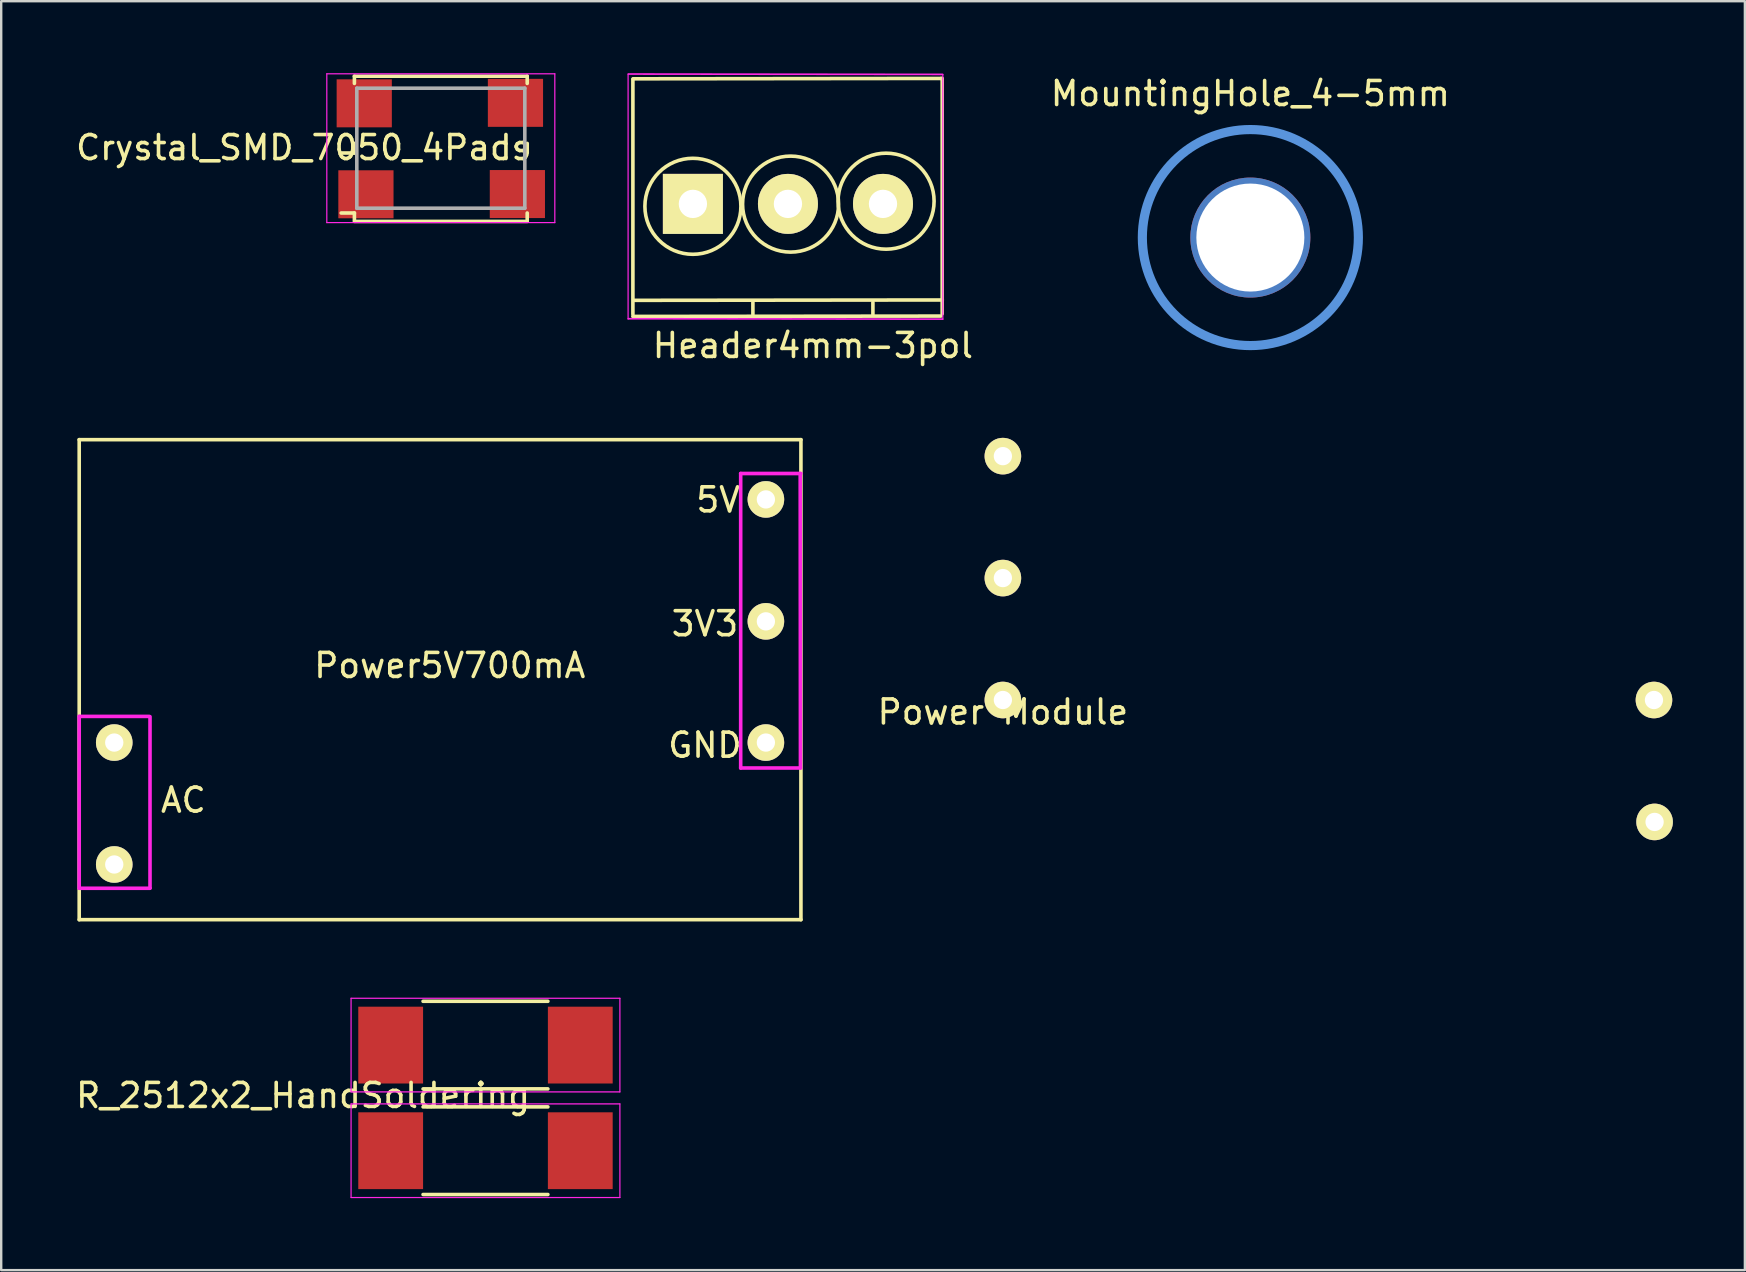
<source format=kicad_pcb>
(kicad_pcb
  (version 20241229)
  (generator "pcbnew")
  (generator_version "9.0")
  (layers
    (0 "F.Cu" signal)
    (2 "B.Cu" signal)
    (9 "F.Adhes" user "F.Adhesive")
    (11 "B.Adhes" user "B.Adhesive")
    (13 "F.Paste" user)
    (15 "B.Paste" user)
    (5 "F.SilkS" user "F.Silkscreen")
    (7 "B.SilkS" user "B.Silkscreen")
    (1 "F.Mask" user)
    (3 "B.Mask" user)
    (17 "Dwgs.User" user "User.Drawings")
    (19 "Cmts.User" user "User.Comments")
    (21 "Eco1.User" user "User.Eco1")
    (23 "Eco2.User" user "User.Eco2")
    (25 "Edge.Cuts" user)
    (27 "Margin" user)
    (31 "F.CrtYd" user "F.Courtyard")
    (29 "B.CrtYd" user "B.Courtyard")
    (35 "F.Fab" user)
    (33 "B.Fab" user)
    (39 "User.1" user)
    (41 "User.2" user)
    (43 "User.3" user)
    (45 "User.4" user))
  (footprint "Crystal_SMD_7050_4Pads"
    (layer "F.Cu")
    (at 15.316 3.125)
    (property "Reference" "Crystal_SMD_7050_4Pads" (at -5.715 -0.025 0) (layer "F.SilkS") (effects (font (size 1 1) (thickness 0.15))))
    (attr smd)
    (fp_line (start -3.6 -3) (end -3.6 -2.7) (stroke (width 0.15) (type solid)) (layer "F.SilkS"))
    (fp_line (start -3.6 -3) (end 3.6 -3) (stroke (width 0.15) (type solid)) (layer "F.SilkS"))
    (fp_line (start -3.6 0.2) (end -4.15 0.2) (stroke (width 0.15) (type solid)) (layer "F.SilkS"))
    (fp_line (start -3.6 0.2) (end -3.6 -0.2) (stroke (width 0.15) (type solid)) (layer "F.SilkS"))
    (fp_line (start -3.6 2.7) (end -4.15 2.7) (stroke (width 0.15) (type solid)) (layer "F.SilkS"))
    (fp_line (start -3.6 3) (end -3.6 2.7) (stroke (width 0.15) (type solid)) (layer "F.SilkS"))
    (fp_line (start -3.6 3.05) (end 3.6 3.05) (stroke (width 0.15) (type solid)) (layer "F.SilkS"))
    (fp_line (start 3.6 -3) (end 3.6 -2.7) (stroke (width 0.15) (type solid)) (layer "F.SilkS"))
    (fp_line (start 3.6 0.2) (end 3.6 -0.2) (stroke (width 0.15) (type solid)) (layer "F.SilkS"))
    (fp_line (start 3.6 3) (end 3.6 2.7) (stroke (width 0.15) (type solid)) (layer "F.SilkS"))
    (fp_line (start -4.75 -3.1) (end -4.75 3.1) (stroke (width 0.05) (type solid)) (layer "F.CrtYd"))
    (fp_line (start 4.75 -3.1) (end -4.75 -3.1) (stroke (width 0.05) (type solid)) (layer "F.CrtYd"))
    (fp_line (start 4.75 -3.1) (end 4.75 3.1) (stroke (width 0.05) (type solid)) (layer "F.CrtYd"))
    (fp_line (start 4.75 3.1) (end -4.75 3.1) (stroke (width 0.05) (type solid)) (layer "F.CrtYd"))
    (fp_line (start -3.5 -2.5) (end 3.5 -2.5) (stroke (width 0.15) (type solid)) (layer "F.Fab"))
    (fp_line (start -3.5 2.5) (end -3.5 -2.5) (stroke (width 0.15) (type solid)) (layer "F.Fab"))
    (fp_line (start 3.5 -2.5) (end 3.5 2.5) (stroke (width 0.15) (type solid)) (layer "F.Fab"))
    (fp_line (start 3.5 2.5) (end -3.5 2.5) (stroke (width 0.15) (type solid)) (layer "F.Fab"))
    (pad "1" smd rect (at -3.12 1.92) (size 2.3 2) (layers "F.Cu" "F.Mask"))
    (pad "2" smd rect (at 3.19 1.91) (size 2.3 2) (layers "F.Cu" "F.Mask"))
    (pad "3" smd rect (at 3.11 -1.89) (size 2.3 2) (layers "F.Cu" "F.Mask"))
    (pad "4" smd rect (at -3.19 -1.87) (size 2.3 2) (layers "F.Cu" "F.Mask")))
  (footprint "Power5V700mA"
    (layer "F.Cu")
    (at 0.25 35.268)
    (property "Reference" "Power5V700mA" (at 15.44 -10.59 0) (layer "F.SilkS") (effects (font (size 1 1) (thickness 0.15))))
    (attr through_hole)
    (fp_line (start 0 0) (end 0 -20) (stroke (width 0.15) (type solid)) (layer "F.SilkS"))
    (fp_line (start 30.07 -20) (end 0 -20) (stroke (width 0.15) (type solid)) (layer "F.SilkS"))
    (fp_line (start 30.07 0) (end 0 0) (stroke (width 0.15) (type solid)) (layer "F.SilkS"))
    (fp_line (start 30.07 0) (end 30.07 -20) (stroke (width 0.15) (type solid)) (layer "F.SilkS"))
    (fp_line (start 0 -8.47) (end 0 -1.31) (stroke (width 0.15) (type solid)) (layer "F.CrtYd"))
    (fp_line (start 0.01 -1.31) (end 2.95 -1.31) (stroke (width 0.15) (type solid)) (layer "F.CrtYd"))
    (fp_line (start 2.91 -8.47) (end 0 -8.47) (stroke (width 0.15) (type solid)) (layer "F.CrtYd"))
    (fp_line (start 2.95 -1.32) (end 2.95 -8.46) (stroke (width 0.15) (type solid)) (layer "F.CrtYd"))
    (fp_line (start 27.56 -18.59) (end 27.56 -6.32) (stroke (width 0.15) (type solid)) (layer "F.CrtYd"))
    (fp_line (start 27.56 -6.32) (end 30.05 -6.32) (stroke (width 0.15) (type solid)) (layer "F.CrtYd"))
    (fp_line (start 30.05 -6.32) (end 30.04 -18.59) (stroke (width 0.15) (type solid)) (layer "F.CrtYd"))
    (fp_line (start 30.07 -18.59) (end 27.56 -18.59) (stroke (width 0.15) (type solid)) (layer "F.CrtYd"))
    (fp_text user "GND" (at 26.07 -7.27 0) (layer "F.SilkS") (effects (font (size 1 1) (thickness 0.15))))
    (fp_text user "5V" (at 26.62 -17.49 0) (layer "F.SilkS") (effects (font (size 1 1) (thickness 0.15))))
    (fp_text user "3V3" (at 26.07 -12.33 0) (layer "F.SilkS") (effects (font (size 1 1) (thickness 0.15))))
    (fp_text user "AC" (at 4.34 -4.98 0) (layer "F.SilkS") (effects (font (size 1 1) (thickness 0.15))))
    (pad "1" thru_hole circle (at 1.46 -7.38 180) (size 1.524 1.524) (drill 0.762) (layers "*.Cu" "*.Paste" "*.Mask" "F.SilkS"))
    (pad "2" thru_hole circle (at 1.46 -2.3 180) (size 1.524 1.524) (drill 0.762) (layers "*.Cu" "*.Paste" "*.Mask" "F.SilkS"))
    (pad "3" thru_hole circle (at 28.61 -7.38 180) (size 1.524 1.524) (drill 0.762) (layers "*.Cu" "*.Paste" "*.Mask" "F.SilkS"))
    (pad "4" thru_hole circle (at 28.61 -12.43 180) (size 1.524 1.524) (drill 0.762) (layers "*.Cu" "*.Paste" "*.Mask" "F.SilkS"))
    (pad "5" thru_hole circle (at 28.61 -17.51 180) (size 1.524 1.524) (drill 0.762) (layers "*.Cu" "*.Paste" "*.Mask" "F.SilkS")))
  (footprint "MountingHole_4-5mm"
    (layer "F.Cu")
    (at 49.045 6.848)
    (property "Reference" "MountingHole_4-5mm" (at 0 -5.999 0) (layer "F.SilkS") (effects (font (size 1 1) (thickness 0.15))))
    (attr through_hole)
    (fp_circle (center 0 0) (end 4.5 0) (stroke (width 0.381) (type solid)) (fill no) (layer "Cmts.User"))
    (pad "1" thru_hole circle (at 0 0) (size 5 5) (drill 4.5) (layers "*.Cu" "*.Paste")))
  (footprint "Power Module"
    (layer "F.Cu")
    (at 38.734 26.115)
    (property "Reference" "Power Module" (at 0 0.5 0) (layer "F.SilkS") (effects (font (size 1 1) (thickness 0.15))))
    (attr through_hole)
    (pad "1" thru_hole circle (at 0 0) (size 1.524 1.524) (drill 0.762) (layers "*.Cu" "*.Paste" "*.Mask" "F.SilkS"))
    (pad "2" thru_hole circle (at 0 -5.08) (size 1.524 1.524) (drill 0.762) (layers "*.Cu" "*.Paste" "*.Mask" "F.SilkS"))
    (pad "3" thru_hole circle (at 0 -10.16) (size 1.524 1.524) (drill 0.762) (layers "*.Cu" "*.Paste" "*.Mask" "F.SilkS"))
    (pad "4" thru_hole circle (at 27.127 0) (size 1.524 1.524) (drill 0.762) (layers "*.Cu" "*.Paste" "*.Mask" "F.SilkS"))
    (pad "5" thru_hole circle (at 27.153 5.08) (size 1.524 1.524) (drill 0.762) (layers "*.Cu" "*.Paste" "*.Mask" "F.SilkS")))
  (footprint "R_2512x2_HandSoldering"
    (layer "F.Cu")
    (at 17.177 44.893)
    (property "Reference" "R_2512x2_HandSoldering" (at -7.6 -2.3 0) (layer "F.SilkS") (effects (font (size 1 1) (thickness 0.15))))
    (attr smd)
    (fp_line (start -2.6 -6.225) (end 2.6 -6.225) (stroke (width 0.15) (type solid)) (layer "F.SilkS"))
    (fp_line (start -2.6 -1.825) (end 2.6 -1.825) (stroke (width 0.15) (type solid)) (layer "F.SilkS"))
    (fp_line (start 2.6 -2.575) (end -2.6 -2.575) (stroke (width 0.15) (type solid)) (layer "F.SilkS"))
    (fp_line (start 2.6 1.825) (end -2.6 1.825) (stroke (width 0.15) (type solid)) (layer "F.SilkS"))
    (fp_line (start -5.6 -6.35) (end -5.6 -2.45) (stroke (width 0.05) (type solid)) (layer "F.CrtYd"))
    (fp_line (start -5.6 -6.35) (end 5.6 -6.35) (stroke (width 0.05) (type solid)) (layer "F.CrtYd"))
    (fp_line (start -5.6 -2.45) (end 5.6 -2.45) (stroke (width 0.05) (type solid)) (layer "F.CrtYd"))
    (fp_line (start -5.6 -1.95) (end -5.6 1.95) (stroke (width 0.05) (type solid)) (layer "F.CrtYd"))
    (fp_line (start -5.6 -1.95) (end 5.6 -1.95) (stroke (width 0.05) (type solid)) (layer "F.CrtYd"))
    (fp_line (start -5.6 1.95) (end 5.6 1.95) (stroke (width 0.05) (type solid)) (layer "F.CrtYd"))
    (fp_line (start 5.6 -6.35) (end 5.6 -2.45) (stroke (width 0.05) (type solid)) (layer "F.CrtYd"))
    (fp_line (start 5.6 -1.95) (end 5.6 1.95) (stroke (width 0.05) (type solid)) (layer "F.CrtYd"))
    (pad "1" smd rect (at -3.95 0) (size 2.7 3.2) (layers "F.Cu" "F.Mask"))
    (pad "2" smd rect (at 3.95 -4.4) (size 2.7 3.2) (layers "F.Cu" "F.Mask"))
    (pad "3" smd rect (at -3.95 -4.4) (size 2.7 3.2) (layers "F.Cu" "F.Mask"))
    (pad "3" smd rect (at 3.95 0) (size 2.7 3.2) (layers "F.Cu" "F.Mask")))
  (footprint "Header4mm-3pol"
    (layer "F.Cu")
    (at 25.819 5.445)
    (property "Reference" "Header4mm-3pol" (at 5 5.9 0) (layer "F.SilkS") (effects (font (size 1 1) (thickness 0.15))))
    (attr through_hole)
    (fp_line (start -2.502 4.689) (end 10.33 4.674) (stroke (width 0.15) (type solid)) (layer "F.SilkS"))
    (fp_line (start -2.5 -5.2) (end -2.5 4.6) (stroke (width 0.15) (type solid)) (layer "F.SilkS"))
    (fp_line (start -2.487 -5.212) (end 10.345 -5.227) (stroke (width 0.15) (type solid)) (layer "F.SilkS"))
    (fp_line (start -2.441 4.018) (end 10.391 4.003) (stroke (width 0.15) (type solid)) (layer "F.SilkS"))
    (fp_line (start 2.5 4.1) (end 2.5 4.6) (stroke (width 0.15) (type solid)) (layer "F.SilkS"))
    (fp_line (start 7.5 4.1) (end 7.5 4.6) (stroke (width 0.15) (type solid)) (layer "F.SilkS"))
    (fp_line (start 10.345 -5.227) (end 10.376 -5.227) (stroke (width 0.15) (type solid)) (layer "F.SilkS"))
    (fp_line (start 10.387 4.58) (end 10.387 -5.22) (stroke (width 0.15) (type solid)) (layer "F.SilkS"))
    (fp_circle (center 0 0.1) (end 2 0.1) (stroke (width 0.15) (type solid)) (fill no) (layer "F.SilkS"))
    (fp_circle (center 4.07 0.009) (end 2.07 0.009) (stroke (width 0.15) (type solid)) (fill no) (layer "F.SilkS"))
    (fp_circle (center 8.049 -0.113) (end 6.049 -0.113) (stroke (width 0.15) (type solid)) (fill no) (layer "F.SilkS"))
    (fp_line (start -2.7 4.8) (end -2.7 -5.4) (stroke (width 0.05) (type solid)) (layer "F.CrtYd"))
    (fp_line (start -2.692 -5.41) (end 10.406 -5.395) (stroke (width 0.07) (type solid)) (layer "F.CrtYd"))
    (fp_line (start -2.692 4.785) (end 10.406 4.801) (stroke (width 0.07) (type solid)) (layer "F.CrtYd"))
    (fp_line (start 10.414 -5.39) (end 10.414 4.81) (stroke (width 0.05) (type solid)) (layer "F.CrtYd"))
    (pad "1" thru_hole rect (at 0 0) (size 2.5 2.5) (drill 1.18) (layers "*.Cu" "*.Mask" "F.SilkS"))
    (pad "2" thru_hole circle (at 3.96 0) (size 2.5 2.5) (drill 1.18) (layers "*.Cu" "*.Mask" "F.SilkS"))
    (pad "3" thru_hole circle (at 7.92 0) (size 2.5 2.5) (drill 1.18) (layers "*.Cu" "*.Mask" "F.SilkS")))
  (gr_rect
    (start -3 -3)
    (end 69.649 49.868)
    (stroke (width 0.1) (type default))
    (fill no)
    (layer "Edge.Cuts")))
</source>
